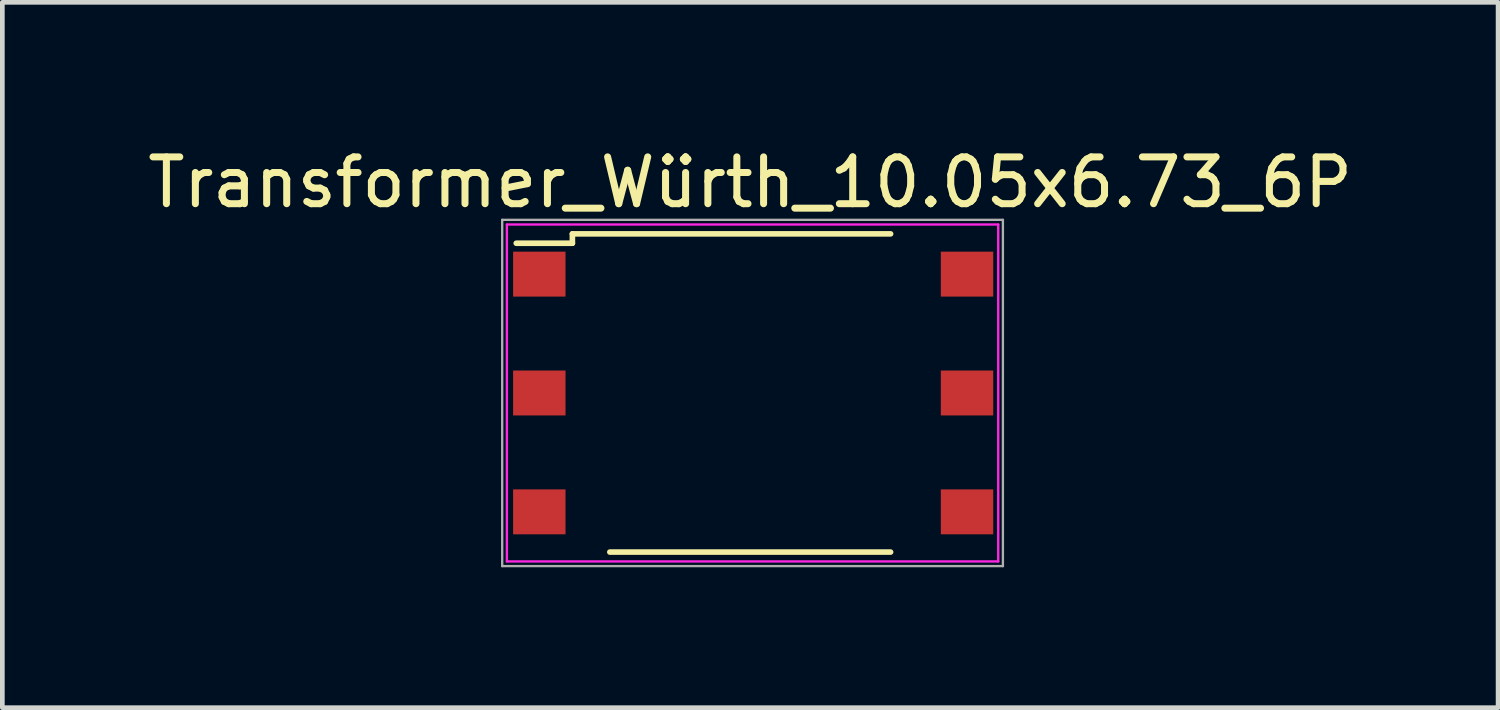
<source format=kicad_pcb>
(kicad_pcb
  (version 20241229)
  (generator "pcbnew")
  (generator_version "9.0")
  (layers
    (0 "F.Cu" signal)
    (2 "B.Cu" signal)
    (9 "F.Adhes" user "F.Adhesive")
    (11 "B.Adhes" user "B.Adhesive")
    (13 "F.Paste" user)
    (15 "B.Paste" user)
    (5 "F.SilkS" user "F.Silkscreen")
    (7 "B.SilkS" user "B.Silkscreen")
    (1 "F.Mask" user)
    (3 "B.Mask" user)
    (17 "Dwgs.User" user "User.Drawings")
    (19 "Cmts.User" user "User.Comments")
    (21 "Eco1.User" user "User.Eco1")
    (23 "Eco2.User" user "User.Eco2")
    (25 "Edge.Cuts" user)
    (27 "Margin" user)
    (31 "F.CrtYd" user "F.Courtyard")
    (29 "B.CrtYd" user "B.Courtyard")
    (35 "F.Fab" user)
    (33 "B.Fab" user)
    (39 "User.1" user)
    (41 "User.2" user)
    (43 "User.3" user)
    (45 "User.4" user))
  (footprint "Transformer_Würth_10.05x6.73_6P"
    (layer "F.Cu")
    (at 12.982 5.348)
    (property "Reference" "Transformer_Würth_10.05x6.73_6P" (at 0 -4.5 0) (layer "F.SilkS") (effects (font (size 1 1) (thickness 0.15))))
    (attr smd)
    (fp_line (start -5 -3.2) (end -3.8 -3.2) (stroke (width 0.12) (type solid)) (layer "F.SilkS"))
    (fp_line (start -3.8 -3.4) (end 3 -3.4) (stroke (width 0.12) (type solid)) (layer "F.SilkS"))
    (fp_line (start -3.8 -3.2) (end -3.8 -3.4) (stroke (width 0.12) (type solid)) (layer "F.SilkS"))
    (fp_line (start 3 3.4) (end -3 3.4) (stroke (width 0.12) (type solid)) (layer "F.SilkS"))
    (fp_line (start -5.2 -3.6) (end 5.3 -3.6) (stroke (width 0.05) (type solid)) (layer "F.CrtYd"))
    (fp_line (start -5.2 3.6) (end -5.2 -3.6) (stroke (width 0.05) (type solid)) (layer "F.CrtYd"))
    (fp_line (start 5.3 -3.6) (end 5.3 3.6) (stroke (width 0.05) (type solid)) (layer "F.CrtYd"))
    (fp_line (start 5.3 3.6) (end -5.2 3.6) (stroke (width 0.05) (type solid)) (layer "F.CrtYd"))
    (fp_line (start -5.3 -3.7) (end 5.4 -3.7) (stroke (width 0.05) (type solid)) (layer "F.Fab"))
    (fp_line (start -5.3 3.7) (end -5.3 -3.7) (stroke (width 0.05) (type solid)) (layer "F.Fab"))
    (fp_line (start 5.4 -3.7) (end 5.4 3.7) (stroke (width 0.05) (type solid)) (layer "F.Fab"))
    (fp_line (start 5.4 3.7) (end -5.3 3.7) (stroke (width 0.05) (type solid)) (layer "F.Fab"))
    (pad "1" smd rect (at -4.507 -2.54 180) (size 1.12 0.96) (layers "F.Cu" "F.Mask" "F.Paste"))
    (pad "2" smd rect (at -4.507 0 180) (size 1.12 0.96) (layers "F.Cu" "F.Mask" "F.Paste"))
    (pad "3" smd rect (at -4.507 2.54 180) (size 1.12 0.96) (layers "F.Cu" "F.Mask" "F.Paste"))
    (pad "4" smd rect (at 4.633 2.54 180) (size 1.12 0.96) (layers "F.Cu" "F.Mask" "F.Paste"))
    (pad "5" smd rect (at 4.633 0 180) (size 1.12 0.96) (layers "F.Cu" "F.Mask" "F.Paste"))
    (pad "6" smd rect (at 4.633 -2.54 180) (size 1.12 0.96) (layers "F.Cu" "F.Mask" "F.Paste")))
  (gr_rect
    (start -3 -3)
    (end 28.964 12.073)
    (stroke (width 0.1) (type default))
    (fill no)
    (layer "Edge.Cuts")))
</source>
